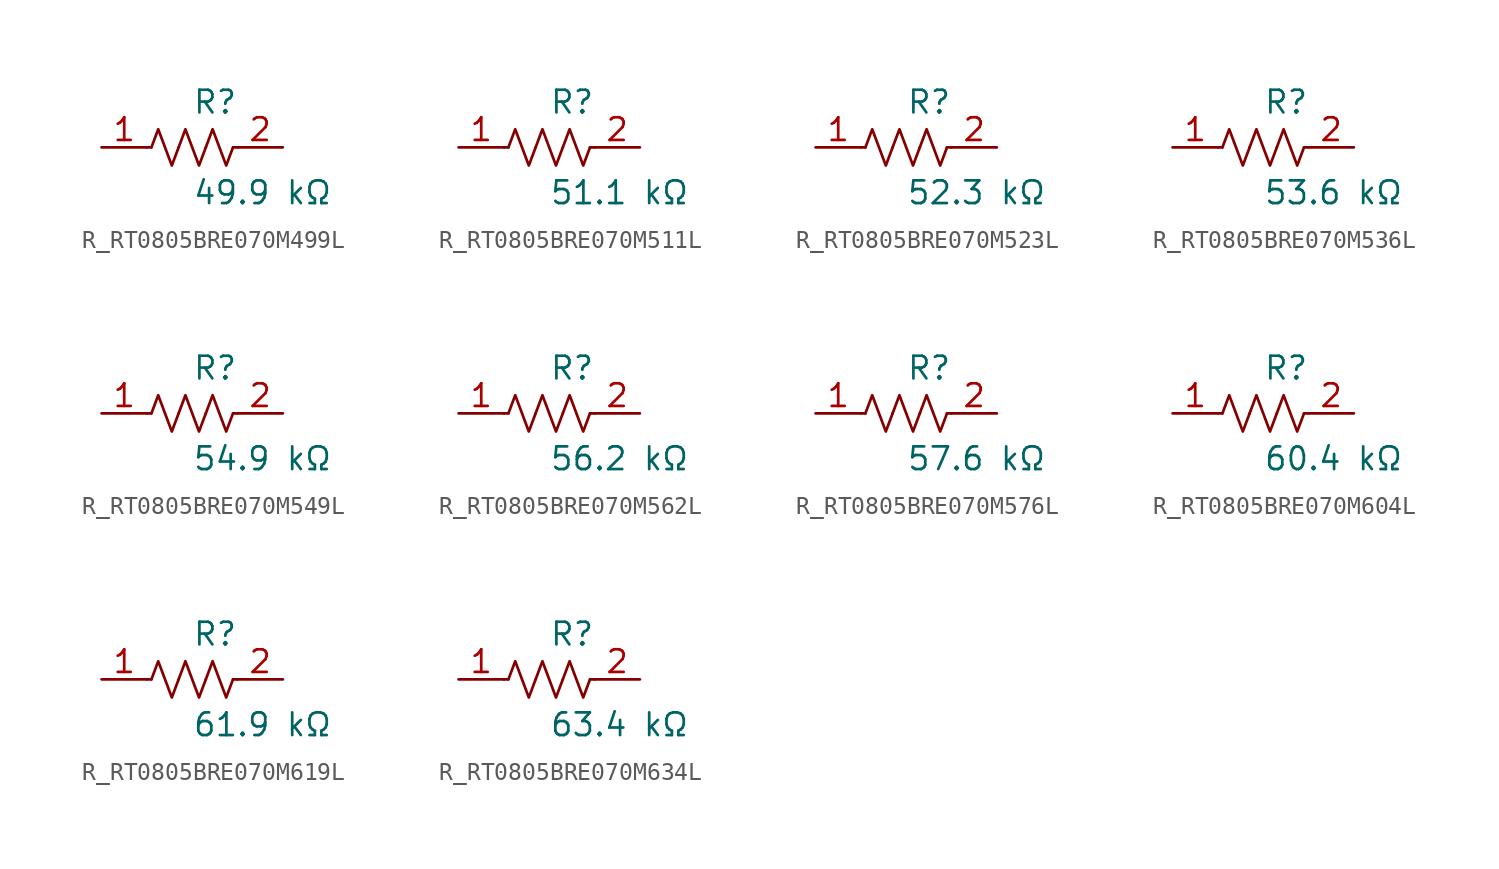
<source format=kicad_sym>
(kicad_symbol_lib
  (version 20231120)
  (generator kicad_symbol_editor)
  (generator_version 8.0)
  (symbol "R_RT0805BRE070M499L"
    (pin_names
      (offset 0.254))
    (property "Reference" "R"
      (at 0.0 2.54 0)
      (effects (font (size 1.27 1.27)) (justify left)))
    (property "Value" "49.9 kΩ"
      (at 0.0 -2.54 0)
      (effects (font (size 1.27 1.27)) (justify left)))
    (symbol "R_RT0805BRE070M499L_0_1"
      (polyline (pts (xy 2.286 0) (xy 2.54 0)) (stroke (width 0) (type default)) (fill (type none)))
      (polyline (pts (xy -2.286 0) (xy -2.54 0)) (stroke (width 0) (type default)) (fill (type none)))
      (polyline (pts (xy 0.762 0) (xy 1.143 1.016) (xy 1.524 0) (xy 1.905 -1.016) (xy 2.286 0)) (stroke (width 0) (type default)) (fill (type none)))
      (polyline (pts (xy -0.762 0) (xy -0.381 1.016) (xy 0 0) (xy 0.381 -1.016) (xy 0.762 0)) (stroke (width 0) (type default)) (fill (type none)))
      (polyline (pts (xy -2.286 0) (xy -1.905 1.016) (xy -1.524 0) (xy -1.143 -1.016) (xy -0.762 0)) (stroke (width 0) (type default)) (fill (type none))))
    (pin unspecified line
      (at -5.08 0 0)
      (length 2.54)
      (name "" (effects (font (size 1.27 1.27))))
      (number "1" (effects (font (size 1.27 1.27)))))
    (pin unspecified line
      (at 5.08 0 180)
      (length 2.54)
      (name "" (effects (font (size 1.27 1.27))))
      (number "2" (effects (font (size 1.27 1.27))))))
  (symbol "R_RT0805BRE070M511L"
    (pin_names
      (offset 0.254))
    (property "Reference" "R"
      (at 0.0 2.54 0)
      (effects (font (size 1.27 1.27)) (justify left)))
    (property "Value" "51.1 kΩ"
      (at 0.0 -2.54 0)
      (effects (font (size 1.27 1.27)) (justify left)))
    (symbol "R_RT0805BRE070M511L_0_1"
      (polyline (pts (xy 2.286 0) (xy 2.54 0)) (stroke (width 0) (type default)) (fill (type none)))
      (polyline (pts (xy -2.286 0) (xy -2.54 0)) (stroke (width 0) (type default)) (fill (type none)))
      (polyline (pts (xy 0.762 0) (xy 1.143 1.016) (xy 1.524 0) (xy 1.905 -1.016) (xy 2.286 0)) (stroke (width 0) (type default)) (fill (type none)))
      (polyline (pts (xy -0.762 0) (xy -0.381 1.016) (xy 0 0) (xy 0.381 -1.016) (xy 0.762 0)) (stroke (width 0) (type default)) (fill (type none)))
      (polyline (pts (xy -2.286 0) (xy -1.905 1.016) (xy -1.524 0) (xy -1.143 -1.016) (xy -0.762 0)) (stroke (width 0) (type default)) (fill (type none))))
    (pin unspecified line
      (at -5.08 0 0)
      (length 2.54)
      (name "" (effects (font (size 1.27 1.27))))
      (number "1" (effects (font (size 1.27 1.27)))))
    (pin unspecified line
      (at 5.08 0 180)
      (length 2.54)
      (name "" (effects (font (size 1.27 1.27))))
      (number "2" (effects (font (size 1.27 1.27))))))
  (symbol "R_RT0805BRE070M523L"
    (pin_names
      (offset 0.254))
    (property "Reference" "R"
      (at 0.0 2.54 0)
      (effects (font (size 1.27 1.27)) (justify left)))
    (property "Value" "52.3 kΩ"
      (at 0.0 -2.54 0)
      (effects (font (size 1.27 1.27)) (justify left)))
    (symbol "R_RT0805BRE070M523L_0_1"
      (polyline (pts (xy 2.286 0) (xy 2.54 0)) (stroke (width 0) (type default)) (fill (type none)))
      (polyline (pts (xy -2.286 0) (xy -2.54 0)) (stroke (width 0) (type default)) (fill (type none)))
      (polyline (pts (xy 0.762 0) (xy 1.143 1.016) (xy 1.524 0) (xy 1.905 -1.016) (xy 2.286 0)) (stroke (width 0) (type default)) (fill (type none)))
      (polyline (pts (xy -0.762 0) (xy -0.381 1.016) (xy 0 0) (xy 0.381 -1.016) (xy 0.762 0)) (stroke (width 0) (type default)) (fill (type none)))
      (polyline (pts (xy -2.286 0) (xy -1.905 1.016) (xy -1.524 0) (xy -1.143 -1.016) (xy -0.762 0)) (stroke (width 0) (type default)) (fill (type none))))
    (pin unspecified line
      (at -5.08 0 0)
      (length 2.54)
      (name "" (effects (font (size 1.27 1.27))))
      (number "1" (effects (font (size 1.27 1.27)))))
    (pin unspecified line
      (at 5.08 0 180)
      (length 2.54)
      (name "" (effects (font (size 1.27 1.27))))
      (number "2" (effects (font (size 1.27 1.27))))))
  (symbol "R_RT0805BRE070M536L"
    (pin_names
      (offset 0.254))
    (property "Reference" "R"
      (at 0.0 2.54 0)
      (effects (font (size 1.27 1.27)) (justify left)))
    (property "Value" "53.6 kΩ"
      (at 0.0 -2.54 0)
      (effects (font (size 1.27 1.27)) (justify left)))
    (symbol "R_RT0805BRE070M536L_0_1"
      (polyline (pts (xy 2.286 0) (xy 2.54 0)) (stroke (width 0) (type default)) (fill (type none)))
      (polyline (pts (xy -2.286 0) (xy -2.54 0)) (stroke (width 0) (type default)) (fill (type none)))
      (polyline (pts (xy 0.762 0) (xy 1.143 1.016) (xy 1.524 0) (xy 1.905 -1.016) (xy 2.286 0)) (stroke (width 0) (type default)) (fill (type none)))
      (polyline (pts (xy -0.762 0) (xy -0.381 1.016) (xy 0 0) (xy 0.381 -1.016) (xy 0.762 0)) (stroke (width 0) (type default)) (fill (type none)))
      (polyline (pts (xy -2.286 0) (xy -1.905 1.016) (xy -1.524 0) (xy -1.143 -1.016) (xy -0.762 0)) (stroke (width 0) (type default)) (fill (type none))))
    (pin unspecified line
      (at -5.08 0 0)
      (length 2.54)
      (name "" (effects (font (size 1.27 1.27))))
      (number "1" (effects (font (size 1.27 1.27)))))
    (pin unspecified line
      (at 5.08 0 180)
      (length 2.54)
      (name "" (effects (font (size 1.27 1.27))))
      (number "2" (effects (font (size 1.27 1.27))))))
  (symbol "R_RT0805BRE070M549L"
    (pin_names
      (offset 0.254))
    (property "Reference" "R"
      (at 0.0 2.54 0)
      (effects (font (size 1.27 1.27)) (justify left)))
    (property "Value" "54.9 kΩ"
      (at 0.0 -2.54 0)
      (effects (font (size 1.27 1.27)) (justify left)))
    (symbol "R_RT0805BRE070M549L_0_1"
      (polyline (pts (xy 2.286 0) (xy 2.54 0)) (stroke (width 0) (type default)) (fill (type none)))
      (polyline (pts (xy -2.286 0) (xy -2.54 0)) (stroke (width 0) (type default)) (fill (type none)))
      (polyline (pts (xy 0.762 0) (xy 1.143 1.016) (xy 1.524 0) (xy 1.905 -1.016) (xy 2.286 0)) (stroke (width 0) (type default)) (fill (type none)))
      (polyline (pts (xy -0.762 0) (xy -0.381 1.016) (xy 0 0) (xy 0.381 -1.016) (xy 0.762 0)) (stroke (width 0) (type default)) (fill (type none)))
      (polyline (pts (xy -2.286 0) (xy -1.905 1.016) (xy -1.524 0) (xy -1.143 -1.016) (xy -0.762 0)) (stroke (width 0) (type default)) (fill (type none))))
    (pin unspecified line
      (at -5.08 0 0)
      (length 2.54)
      (name "" (effects (font (size 1.27 1.27))))
      (number "1" (effects (font (size 1.27 1.27)))))
    (pin unspecified line
      (at 5.08 0 180)
      (length 2.54)
      (name "" (effects (font (size 1.27 1.27))))
      (number "2" (effects (font (size 1.27 1.27))))))
  (symbol "R_RT0805BRE070M562L"
    (pin_names
      (offset 0.254))
    (property "Reference" "R"
      (at 0.0 2.54 0)
      (effects (font (size 1.27 1.27)) (justify left)))
    (property "Value" "56.2 kΩ"
      (at 0.0 -2.54 0)
      (effects (font (size 1.27 1.27)) (justify left)))
    (symbol "R_RT0805BRE070M562L_0_1"
      (polyline (pts (xy 2.286 0) (xy 2.54 0)) (stroke (width 0) (type default)) (fill (type none)))
      (polyline (pts (xy -2.286 0) (xy -2.54 0)) (stroke (width 0) (type default)) (fill (type none)))
      (polyline (pts (xy 0.762 0) (xy 1.143 1.016) (xy 1.524 0) (xy 1.905 -1.016) (xy 2.286 0)) (stroke (width 0) (type default)) (fill (type none)))
      (polyline (pts (xy -0.762 0) (xy -0.381 1.016) (xy 0 0) (xy 0.381 -1.016) (xy 0.762 0)) (stroke (width 0) (type default)) (fill (type none)))
      (polyline (pts (xy -2.286 0) (xy -1.905 1.016) (xy -1.524 0) (xy -1.143 -1.016) (xy -0.762 0)) (stroke (width 0) (type default)) (fill (type none))))
    (pin unspecified line
      (at -5.08 0 0)
      (length 2.54)
      (name "" (effects (font (size 1.27 1.27))))
      (number "1" (effects (font (size 1.27 1.27)))))
    (pin unspecified line
      (at 5.08 0 180)
      (length 2.54)
      (name "" (effects (font (size 1.27 1.27))))
      (number "2" (effects (font (size 1.27 1.27))))))
  (symbol "R_RT0805BRE070M576L"
    (pin_names
      (offset 0.254))
    (property "Reference" "R"
      (at 0.0 2.54 0)
      (effects (font (size 1.27 1.27)) (justify left)))
    (property "Value" "57.6 kΩ"
      (at 0.0 -2.54 0)
      (effects (font (size 1.27 1.27)) (justify left)))
    (symbol "R_RT0805BRE070M576L_0_1"
      (polyline (pts (xy 2.286 0) (xy 2.54 0)) (stroke (width 0) (type default)) (fill (type none)))
      (polyline (pts (xy -2.286 0) (xy -2.54 0)) (stroke (width 0) (type default)) (fill (type none)))
      (polyline (pts (xy 0.762 0) (xy 1.143 1.016) (xy 1.524 0) (xy 1.905 -1.016) (xy 2.286 0)) (stroke (width 0) (type default)) (fill (type none)))
      (polyline (pts (xy -0.762 0) (xy -0.381 1.016) (xy 0 0) (xy 0.381 -1.016) (xy 0.762 0)) (stroke (width 0) (type default)) (fill (type none)))
      (polyline (pts (xy -2.286 0) (xy -1.905 1.016) (xy -1.524 0) (xy -1.143 -1.016) (xy -0.762 0)) (stroke (width 0) (type default)) (fill (type none))))
    (pin unspecified line
      (at -5.08 0 0)
      (length 2.54)
      (name "" (effects (font (size 1.27 1.27))))
      (number "1" (effects (font (size 1.27 1.27)))))
    (pin unspecified line
      (at 5.08 0 180)
      (length 2.54)
      (name "" (effects (font (size 1.27 1.27))))
      (number "2" (effects (font (size 1.27 1.27))))))
  (symbol "R_RT0805BRE070M604L"
    (pin_names
      (offset 0.254))
    (property "Reference" "R"
      (at 0.0 2.54 0)
      (effects (font (size 1.27 1.27)) (justify left)))
    (property "Value" "60.4 kΩ"
      (at 0.0 -2.54 0)
      (effects (font (size 1.27 1.27)) (justify left)))
    (symbol "R_RT0805BRE070M604L_0_1"
      (polyline (pts (xy 2.286 0) (xy 2.54 0)) (stroke (width 0) (type default)) (fill (type none)))
      (polyline (pts (xy -2.286 0) (xy -2.54 0)) (stroke (width 0) (type default)) (fill (type none)))
      (polyline (pts (xy 0.762 0) (xy 1.143 1.016) (xy 1.524 0) (xy 1.905 -1.016) (xy 2.286 0)) (stroke (width 0) (type default)) (fill (type none)))
      (polyline (pts (xy -0.762 0) (xy -0.381 1.016) (xy 0 0) (xy 0.381 -1.016) (xy 0.762 0)) (stroke (width 0) (type default)) (fill (type none)))
      (polyline (pts (xy -2.286 0) (xy -1.905 1.016) (xy -1.524 0) (xy -1.143 -1.016) (xy -0.762 0)) (stroke (width 0) (type default)) (fill (type none))))
    (pin unspecified line
      (at -5.08 0 0)
      (length 2.54)
      (name "" (effects (font (size 1.27 1.27))))
      (number "1" (effects (font (size 1.27 1.27)))))
    (pin unspecified line
      (at 5.08 0 180)
      (length 2.54)
      (name "" (effects (font (size 1.27 1.27))))
      (number "2" (effects (font (size 1.27 1.27))))))
  (symbol "R_RT0805BRE070M619L"
    (pin_names
      (offset 0.254))
    (property "Reference" "R"
      (at 0.0 2.54 0)
      (effects (font (size 1.27 1.27)) (justify left)))
    (property "Value" "61.9 kΩ"
      (at 0.0 -2.54 0)
      (effects (font (size 1.27 1.27)) (justify left)))
    (symbol "R_RT0805BRE070M619L_0_1"
      (polyline (pts (xy 2.286 0) (xy 2.54 0)) (stroke (width 0) (type default)) (fill (type none)))
      (polyline (pts (xy -2.286 0) (xy -2.54 0)) (stroke (width 0) (type default)) (fill (type none)))
      (polyline (pts (xy 0.762 0) (xy 1.143 1.016) (xy 1.524 0) (xy 1.905 -1.016) (xy 2.286 0)) (stroke (width 0) (type default)) (fill (type none)))
      (polyline (pts (xy -0.762 0) (xy -0.381 1.016) (xy 0 0) (xy 0.381 -1.016) (xy 0.762 0)) (stroke (width 0) (type default)) (fill (type none)))
      (polyline (pts (xy -2.286 0) (xy -1.905 1.016) (xy -1.524 0) (xy -1.143 -1.016) (xy -0.762 0)) (stroke (width 0) (type default)) (fill (type none))))
    (pin unspecified line
      (at -5.08 0 0)
      (length 2.54)
      (name "" (effects (font (size 1.27 1.27))))
      (number "1" (effects (font (size 1.27 1.27)))))
    (pin unspecified line
      (at 5.08 0 180)
      (length 2.54)
      (name "" (effects (font (size 1.27 1.27))))
      (number "2" (effects (font (size 1.27 1.27))))))
  (symbol "R_RT0805BRE070M634L"
    (pin_names
      (offset 0.254))
    (property "Reference" "R"
      (at 0.0 2.54 0)
      (effects (font (size 1.27 1.27)) (justify left)))
    (property "Value" "63.4 kΩ"
      (at 0.0 -2.54 0)
      (effects (font (size 1.27 1.27)) (justify left)))
    (symbol "R_RT0805BRE070M634L_0_1"
      (polyline (pts (xy 2.286 0) (xy 2.54 0)) (stroke (width 0) (type default)) (fill (type none)))
      (polyline (pts (xy -2.286 0) (xy -2.54 0)) (stroke (width 0) (type default)) (fill (type none)))
      (polyline (pts (xy 0.762 0) (xy 1.143 1.016) (xy 1.524 0) (xy 1.905 -1.016) (xy 2.286 0)) (stroke (width 0) (type default)) (fill (type none)))
      (polyline (pts (xy -0.762 0) (xy -0.381 1.016) (xy 0 0) (xy 0.381 -1.016) (xy 0.762 0)) (stroke (width 0) (type default)) (fill (type none)))
      (polyline (pts (xy -2.286 0) (xy -1.905 1.016) (xy -1.524 0) (xy -1.143 -1.016) (xy -0.762 0)) (stroke (width 0) (type default)) (fill (type none))))
    (pin unspecified line
      (at -5.08 0 0)
      (length 2.54)
      (name "" (effects (font (size 1.27 1.27))))
      (number "1" (effects (font (size 1.27 1.27)))))
    (pin unspecified line
      (at 5.08 0 180)
      (length 2.54)
      (name "" (effects (font (size 1.27 1.27))))
      (number "2" (effects (font (size 1.27 1.27)))))))
</source>
